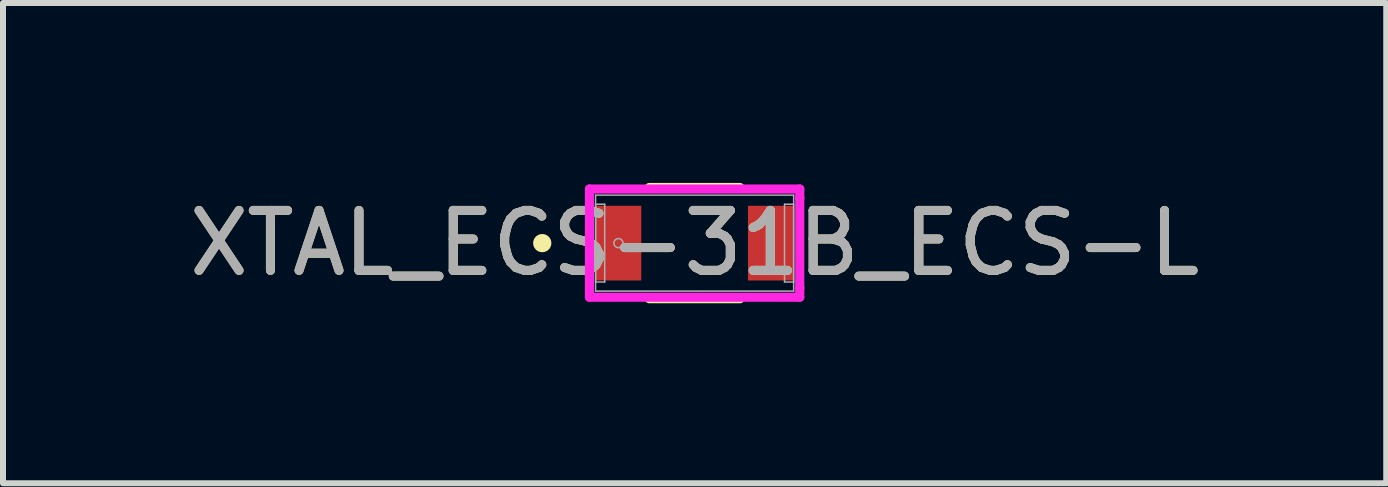
<source format=kicad_pcb>
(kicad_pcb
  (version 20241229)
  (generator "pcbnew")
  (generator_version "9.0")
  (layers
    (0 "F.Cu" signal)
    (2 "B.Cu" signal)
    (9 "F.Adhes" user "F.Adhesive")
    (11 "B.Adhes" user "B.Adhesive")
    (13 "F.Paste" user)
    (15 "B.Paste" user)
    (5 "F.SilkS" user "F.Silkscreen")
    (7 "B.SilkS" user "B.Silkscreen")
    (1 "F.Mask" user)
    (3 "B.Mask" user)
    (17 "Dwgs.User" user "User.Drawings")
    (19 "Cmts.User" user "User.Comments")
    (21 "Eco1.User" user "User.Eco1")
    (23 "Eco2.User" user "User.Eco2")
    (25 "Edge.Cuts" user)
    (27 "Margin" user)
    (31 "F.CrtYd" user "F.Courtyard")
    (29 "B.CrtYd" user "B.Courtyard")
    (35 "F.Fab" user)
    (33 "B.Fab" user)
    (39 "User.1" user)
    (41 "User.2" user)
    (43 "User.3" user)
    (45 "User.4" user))
  (footprint "XTAL_ECS-31B_ECS-L"
    (layer "F.Cu")
    (at 8.53 1.003)
    (property "Reference" "XTAL_ECS-31B_ECS-L" (at 0 0 0) (unlocked yes) (layer "F.SilkS") (effects (font (size 1 1) (thickness 0.15))))
    (attr smd)
    (fp_line (start -0.756 0.927) (end 0.756 0.927) (stroke (width 0.152) (type solid)) (layer "F.SilkS"))
    (fp_line (start 0.756 -0.927) (end -0.756 -0.927) (stroke (width 0.152) (type solid)) (layer "F.SilkS"))
    (fp_circle (center -2.54 0) (end -2.464 0) (stroke (width 0.152) (type solid)) (fill no) (layer "F.SilkS"))
    (fp_line (start -1.753 -0.902) (end 1.753 -0.902) (stroke (width 0.152) (type solid)) (layer "F.CrtYd"))
    (fp_line (start -1.753 -0.749) (end -1.753 -0.902) (stroke (width 0.152) (type solid)) (layer "F.CrtYd"))
    (fp_line (start -1.753 -0.749) (end -1.753 -0.749) (stroke (width 0.152) (type solid)) (layer "F.CrtYd"))
    (fp_line (start -1.753 0.749) (end -1.753 -0.749) (stroke (width 0.152) (type solid)) (layer "F.CrtYd"))
    (fp_line (start -1.753 0.749) (end -1.753 0.749) (stroke (width 0.152) (type solid)) (layer "F.CrtYd"))
    (fp_line (start -1.753 0.902) (end -1.753 0.749) (stroke (width 0.152) (type solid)) (layer "F.CrtYd"))
    (fp_line (start 1.753 -0.902) (end 1.753 -0.749) (stroke (width 0.152) (type solid)) (layer "F.CrtYd"))
    (fp_line (start 1.753 -0.749) (end 1.753 -0.749) (stroke (width 0.152) (type solid)) (layer "F.CrtYd"))
    (fp_line (start 1.753 -0.749) (end 1.753 0.749) (stroke (width 0.152) (type solid)) (layer "F.CrtYd"))
    (fp_line (start 1.753 0.749) (end 1.753 0.749) (stroke (width 0.152) (type solid)) (layer "F.CrtYd"))
    (fp_line (start 1.753 0.749) (end 1.753 0.902) (stroke (width 0.152) (type solid)) (layer "F.CrtYd"))
    (fp_line (start 1.753 0.902) (end -1.753 0.902) (stroke (width 0.152) (type solid)) (layer "F.CrtYd"))
    (fp_line (start -1.651 -0.8) (end -1.651 0.8) (stroke (width 0.025) (type solid)) (layer "F.Fab"))
    (fp_line (start -1.651 -0.648) (end -1.499 -0.648) (stroke (width 0.025) (type solid)) (layer "F.Fab"))
    (fp_line (start -1.651 0.648) (end -1.651 -0.648) (stroke (width 0.025) (type solid)) (layer "F.Fab"))
    (fp_line (start -1.651 0.8) (end 1.651 0.8) (stroke (width 0.025) (type solid)) (layer "F.Fab"))
    (fp_line (start -1.499 -0.648) (end -1.499 0.648) (stroke (width 0.025) (type solid)) (layer "F.Fab"))
    (fp_line (start -1.499 0.648) (end -1.651 0.648) (stroke (width 0.025) (type solid)) (layer "F.Fab"))
    (fp_line (start 1.499 -0.648) (end 1.651 -0.648) (stroke (width 0.025) (type solid)) (layer "F.Fab"))
    (fp_line (start 1.499 0.648) (end 1.499 -0.648) (stroke (width 0.025) (type solid)) (layer "F.Fab"))
    (fp_line (start 1.651 -0.8) (end -1.651 -0.8) (stroke (width 0.025) (type solid)) (layer "F.Fab"))
    (fp_line (start 1.651 -0.648) (end 1.651 0.648) (stroke (width 0.025) (type solid)) (layer "F.Fab"))
    (fp_line (start 1.651 0.648) (end 1.499 0.648) (stroke (width 0.025) (type solid)) (layer "F.Fab"))
    (fp_line (start 1.651 0.8) (end 1.651 -0.8) (stroke (width 0.025) (type solid)) (layer "F.Fab"))
    (fp_circle (center -1.27 0) (end -1.194 0) (stroke (width 0.025) (type solid)) (fill no) (layer "F.Fab"))
    (fp_text user "${REFERENCE}" (at 0 0 0) (unlocked yes) (layer "F.Fab") (effects (font (size 1 1) (thickness 0.15))))
    (pad "1" smd rect (at -1.27 0) (size 0.762 1.245) (layers "F.Cu" "F.Mask" "F.Paste"))
    (pad "2" smd rect (at 1.27 0) (size 0.762 1.245) (layers "F.Cu" "F.Mask" "F.Paste"))
    (zone (net_name "") (layer "F.Cu") (hatch full 0.508) (connect_pads) (min_thickness 0.254) (filled_areas_thickness no) (keepout (tracks not_allowed) (vias not_allowed) (pads allowed) (copperpour not_allowed) (footprints allowed)) (placement (enabled no)) (fill) (polygon (pts (xy 7.692 0.254) (xy 9.368 0.254) (xy 9.368 1.753) (xy 7.692 1.753)))))
  (gr_rect
    (start -3 -3)
    (end 20.06 5.007)
    (stroke (width 0.1) (type default))
    (fill no)
    (layer "Edge.Cuts")))
</source>
